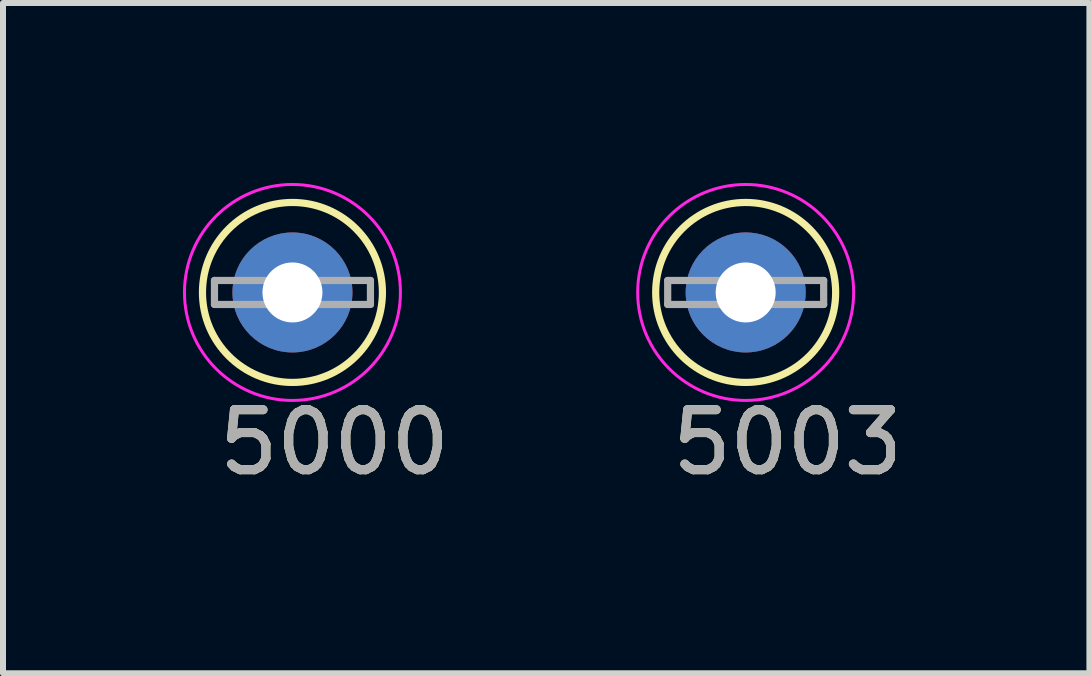
<source format=kicad_pcb>
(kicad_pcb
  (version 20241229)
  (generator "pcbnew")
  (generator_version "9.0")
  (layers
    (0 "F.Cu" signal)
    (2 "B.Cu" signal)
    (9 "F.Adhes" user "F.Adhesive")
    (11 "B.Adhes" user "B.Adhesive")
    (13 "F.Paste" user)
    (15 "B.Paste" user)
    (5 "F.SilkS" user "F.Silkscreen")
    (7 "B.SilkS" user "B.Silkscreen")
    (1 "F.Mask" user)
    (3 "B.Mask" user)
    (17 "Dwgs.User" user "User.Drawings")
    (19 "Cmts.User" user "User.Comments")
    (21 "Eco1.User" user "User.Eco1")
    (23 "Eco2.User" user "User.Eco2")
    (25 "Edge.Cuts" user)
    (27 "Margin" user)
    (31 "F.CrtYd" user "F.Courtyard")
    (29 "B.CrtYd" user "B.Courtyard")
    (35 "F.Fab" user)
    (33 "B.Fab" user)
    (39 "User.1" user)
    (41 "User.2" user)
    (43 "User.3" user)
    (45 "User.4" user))
  (footprint "5003"
    (layer "F.Cu")
    (at 9.38 1.825)
    (property "Reference" "5003" (at 0.7 2.5 0) (layer "F.SilkS") (effects (font (size 1 1) (thickness 0.15))))
    (attr through_hole)
    (fp_circle (center 0 0) (end 1.5 0) (stroke (width 0.12) (type solid)) (fill no) (layer "F.SilkS"))
    (fp_circle (center 0 0) (end 1.8 0) (stroke (width 0.05) (type solid)) (fill no) (layer "F.CrtYd"))
    (fp_line (start -1.3 -0.2) (end -1.3 0.2) (stroke (width 0.12) (type solid)) (layer "F.Fab"))
    (fp_line (start -1.3 0.2) (end 1.3 0.2) (stroke (width 0.12) (type solid)) (layer "F.Fab"))
    (fp_line (start 1.3 -0.2) (end -1.3 -0.2) (stroke (width 0.12) (type solid)) (layer "F.Fab"))
    (fp_line (start 1.3 0.2) (end 1.3 -0.2) (stroke (width 0.12) (type solid)) (layer "F.Fab"))
    (fp_text user "${REFERENCE}" (at 0.7 2.5 0) (layer "F.Fab") (effects (font (size 1 1) (thickness 0.15))))
    (pad "1" thru_hole circle (at 0 0) (size 2 2) (drill 1) (layers "*.Cu" "*.Mask")))
  (footprint "5000"
    (layer "F.Cu")
    (at 1.825 1.825)
    (property "Reference" "5000" (at 0.7 2.5 0) (layer "F.SilkS") (effects (font (size 1 1) (thickness 0.15))))
    (attr through_hole)
    (fp_circle (center 0 0) (end 1.5 0) (stroke (width 0.12) (type solid)) (fill no) (layer "F.SilkS"))
    (fp_circle (center 0 0) (end 1.8 0) (stroke (width 0.05) (type solid)) (fill no) (layer "F.CrtYd"))
    (fp_line (start -1.3 -0.2) (end -1.3 0.2) (stroke (width 0.12) (type solid)) (layer "F.Fab"))
    (fp_line (start -1.3 0.2) (end 1.3 0.2) (stroke (width 0.12) (type solid)) (layer "F.Fab"))
    (fp_line (start 1.3 -0.2) (end -1.3 -0.2) (stroke (width 0.12) (type solid)) (layer "F.Fab"))
    (fp_line (start 1.3 0.2) (end 1.3 -0.2) (stroke (width 0.12) (type solid)) (layer "F.Fab"))
    (fp_text user "${REFERENCE}" (at 0.7 2.5 0) (layer "F.Fab") (effects (font (size 1 1) (thickness 0.15))))
    (pad "1" thru_hole circle (at 0 0) (size 2 2) (drill 1) (layers "*.Cu" "*.Mask")))
  (gr_rect
    (start -3 -3)
    (end 15.11 8.173)
    (stroke (width 0.1) (type default))
    (fill no)
    (layer "Edge.Cuts")))
</source>
